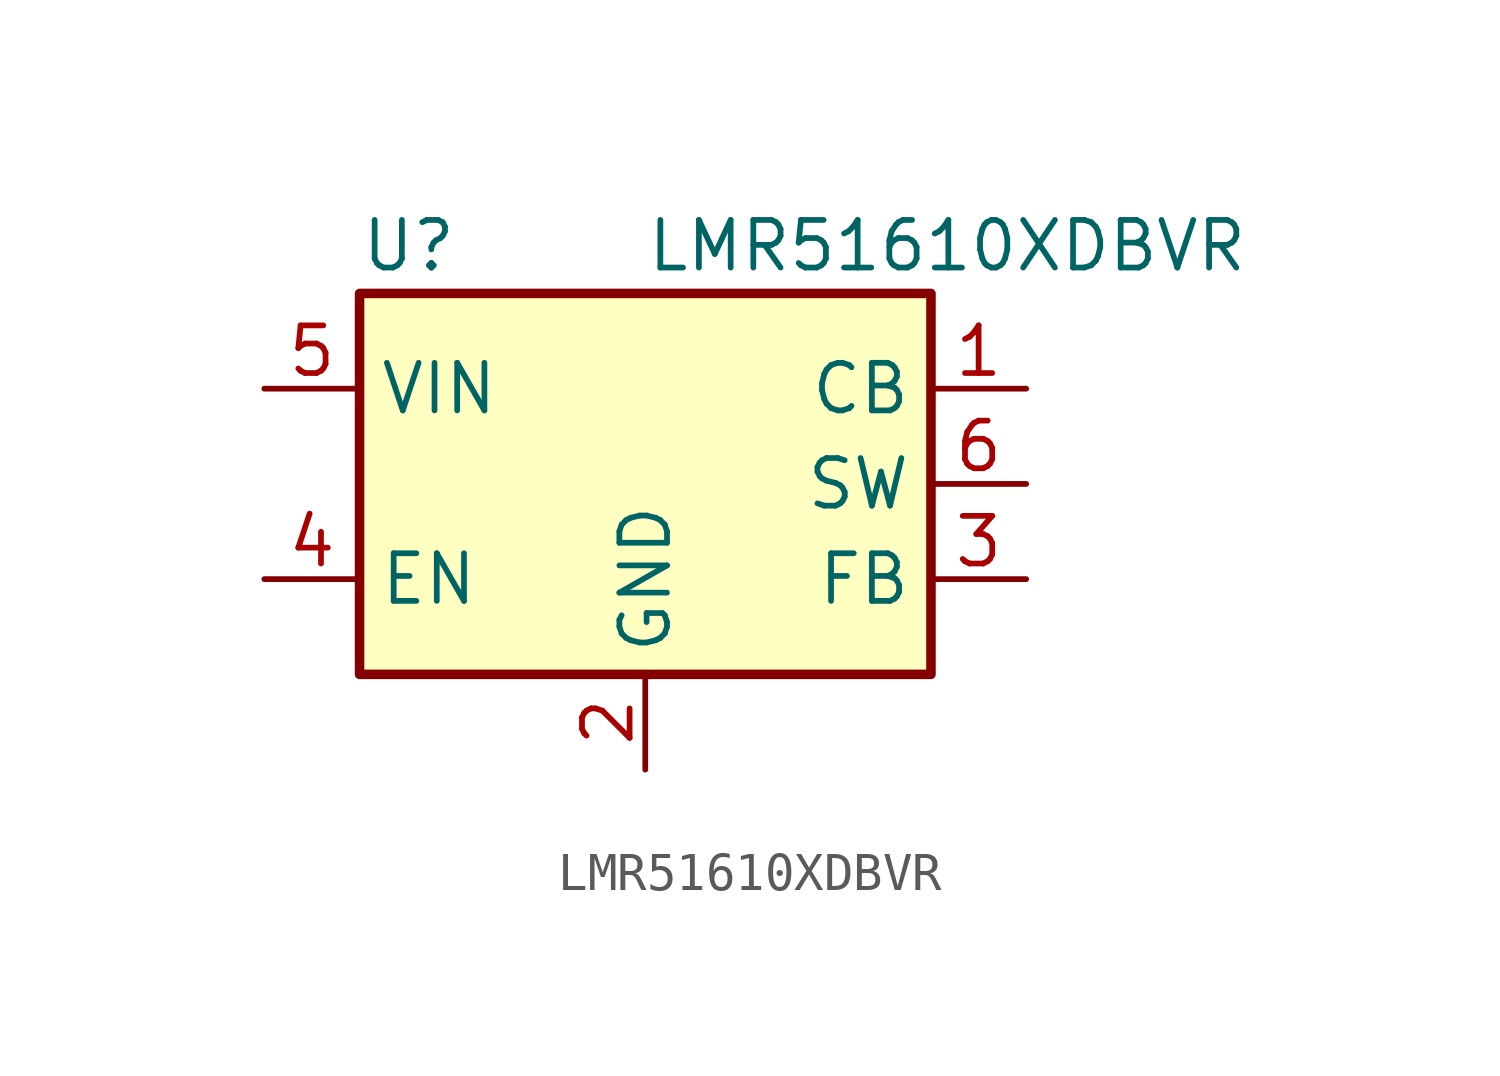
<source format=kicad_sym>
(kicad_symbol_lib
  (version 20241209)
  (generator "kicad_symbol_editor")
  (generator_version "9.0")
  (symbol "LMR51610XDBVR"
    (property "Reference" "U"
      (at -7.62 6.35 0)
      (effects (font (size 1.27 1.27)) (justify left)))
    (property "Value" "LMR51610XDBVR"
      (at 0 6.35 0)
      (effects (font (size 1.27 1.27)) (justify left)))
    (symbol "LMR51610XDBVR_0_1"
      (rectangle (start -7.62 5.08) (end 7.62 -5.08) (stroke (width 0.254) (type default)) (fill (type background))))
    (symbol "LMR51610XDBVR_1_1"
      (pin power_in line (at -10.16 2.54 0) (length 2.54) (name "VIN" (effects (font (size 1.27 1.27)))) (number "5" (effects (font (size 1.27 1.27)))))
      (pin input line (at -10.16 -2.54 0) (length 2.54) (name "EN" (effects (font (size 1.27 1.27)))) (number "4" (effects (font (size 1.27 1.27)))))
      (pin power_in line (at 0 -7.62 90) (length 2.54) (name "GND" (effects (font (size 1.27 1.27)))) (number "2" (effects (font (size 1.27 1.27)))))
      (pin passive line (at 10.16 2.54 180) (length 2.54) (name "CB" (effects (font (size 1.27 1.27)))) (number "1" (effects (font (size 1.27 1.27)))))
      (pin power_out line (at 10.16 0 180) (length 2.54) (name "SW" (effects (font (size 1.27 1.27)))) (number "6" (effects (font (size 1.27 1.27)))))
      (pin input line (at 10.16 -2.54 180) (length 2.54) (name "FB" (effects (font (size 1.27 1.27)))) (number "3" (effects (font (size 1.27 1.27))))))))
</source>
